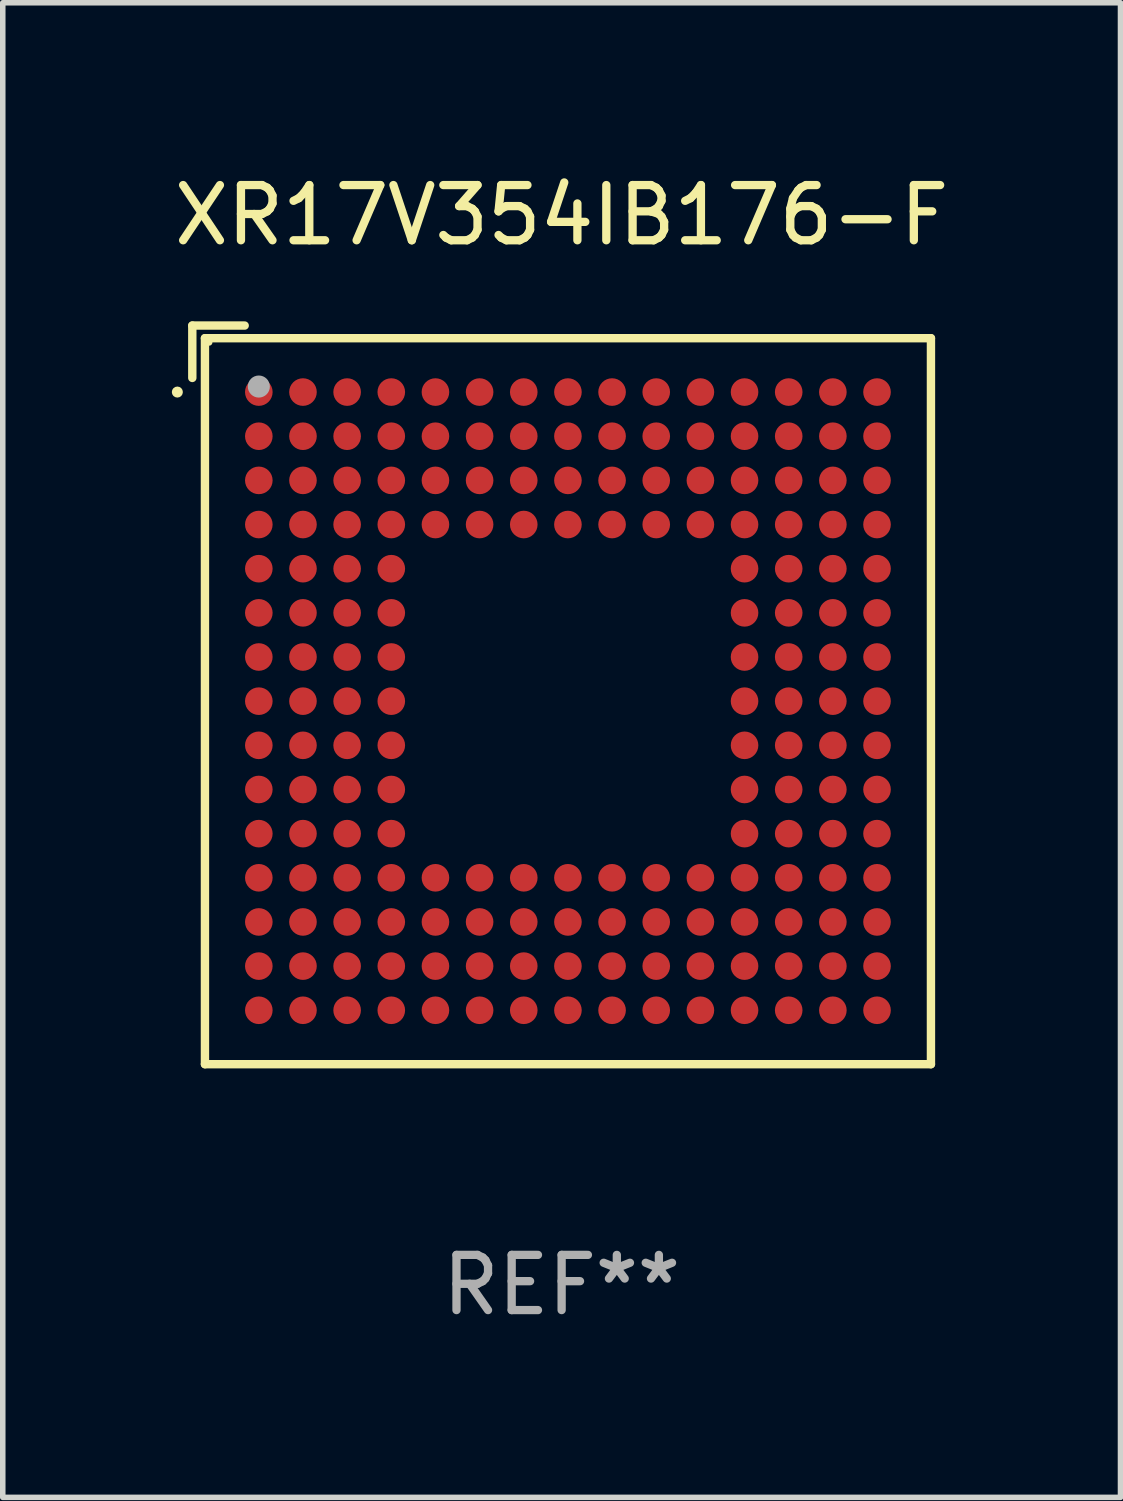
<source format=kicad_pcb>
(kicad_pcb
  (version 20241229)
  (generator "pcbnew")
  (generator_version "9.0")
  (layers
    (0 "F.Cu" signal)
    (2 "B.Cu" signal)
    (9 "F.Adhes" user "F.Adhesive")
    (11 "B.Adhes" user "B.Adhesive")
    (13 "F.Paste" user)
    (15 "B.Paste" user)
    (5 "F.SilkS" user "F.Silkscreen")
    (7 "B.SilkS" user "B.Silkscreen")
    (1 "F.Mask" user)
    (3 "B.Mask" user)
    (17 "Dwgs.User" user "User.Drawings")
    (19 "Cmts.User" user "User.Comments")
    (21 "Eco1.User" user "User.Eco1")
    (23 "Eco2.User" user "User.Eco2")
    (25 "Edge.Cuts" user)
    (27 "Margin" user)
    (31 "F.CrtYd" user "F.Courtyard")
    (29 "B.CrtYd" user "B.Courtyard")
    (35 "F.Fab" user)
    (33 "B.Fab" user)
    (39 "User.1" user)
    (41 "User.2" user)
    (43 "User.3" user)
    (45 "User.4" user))
  (footprint "XR17V354IB176-F"
    (layer "F.Cu")
    (at 7.125 9.539)
    (property "Reference" "XR17V354IB176-F" (at 0 -8.691 0) (layer "F.SilkS") (effects (font (size 1 1) (thickness 0.15))))
    (attr through_hole)
    (fp_line (start -6.691 -6.691) (end -5.742 -6.691) (stroke (width 0.152) (type solid)) (layer "F.SilkS"))
    (fp_line (start -6.691 -5.742) (end -6.691 -6.691) (stroke (width 0.152) (type solid)) (layer "F.SilkS"))
    (fp_line (start -6.462 -6.462) (end 6.691 -6.462) (stroke (width 0.152) (type solid)) (layer "F.SilkS"))
    (fp_line (start -6.462 6.691) (end -6.462 -6.462) (stroke (width 0.152) (type solid)) (layer "F.SilkS"))
    (fp_line (start 6.691 -6.462) (end 6.691 6.691) (stroke (width 0.152) (type solid)) (layer "F.SilkS"))
    (fp_line (start 6.691 6.691) (end -6.462 6.691) (stroke (width 0.152) (type solid)) (layer "F.SilkS"))
    (fp_circle (center -6.962 -5.486) (end -6.912 -5.486) (stroke (width 0.1) (type solid)) (fill no) (layer "F.SilkS"))
    (fp_circle (center -6.386 -6.386) (end -6.356 -6.386) (stroke (width 0.06) (type solid)) (fill no) (layer "F.SilkS"))
    (fp_circle (center -5.486 -5.586) (end -5.386 -5.586) (stroke (width 0.2) (type solid)) (fill no) (layer "F.Fab"))
    (fp_text user "REF**" (at 0 10.691 0) (layer "F.Fab") (effects (font (size 1 1) (thickness 0.15))))
    (pad "A1" smd circle (at -5.486 -5.486) (size 0.5 0.5) (layers "F.Cu" "F.Mask" "F.Paste"))
    (pad "A2" smd circle (at -4.686 -5.486) (size 0.5 0.5) (layers "F.Cu" "F.Mask" "F.Paste"))
    (pad "A3" smd circle (at -3.886 -5.486) (size 0.5 0.5) (layers "F.Cu" "F.Mask" "F.Paste"))
    (pad "A4" smd circle (at -3.086 -5.486) (size 0.5 0.5) (layers "F.Cu" "F.Mask" "F.Paste"))
    (pad "A5" smd circle (at -2.286 -5.486) (size 0.5 0.5) (layers "F.Cu" "F.Mask" "F.Paste"))
    (pad "A6" smd circle (at -1.486 -5.486) (size 0.5 0.5) (layers "F.Cu" "F.Mask" "F.Paste"))
    (pad "A7" smd circle (at -0.686 -5.486) (size 0.5 0.5) (layers "F.Cu" "F.Mask" "F.Paste"))
    (pad "A8" smd circle (at 0.114 -5.486) (size 0.5 0.5) (layers "F.Cu" "F.Mask" "F.Paste"))
    (pad "A9" smd circle (at 0.914 -5.486) (size 0.5 0.5) (layers "F.Cu" "F.Mask" "F.Paste"))
    (pad "A10" smd circle (at 1.714 -5.486) (size 0.5 0.5) (layers "F.Cu" "F.Mask" "F.Paste"))
    (pad "A11" smd circle (at 2.514 -5.486) (size 0.5 0.5) (layers "F.Cu" "F.Mask" "F.Paste"))
    (pad "A12" smd circle (at 3.314 -5.486) (size 0.5 0.5) (layers "F.Cu" "F.Mask" "F.Paste"))
    (pad "A13" smd circle (at 4.114 -5.486) (size 0.5 0.5) (layers "F.Cu" "F.Mask" "F.Paste"))
    (pad "A14" smd circle (at 4.914 -5.486) (size 0.5 0.5) (layers "F.Cu" "F.Mask" "F.Paste"))
    (pad "A15" smd circle (at 5.714 -5.486) (size 0.5 0.5) (layers "F.Cu" "F.Mask" "F.Paste"))
    (pad "B1" smd circle (at -5.486 -4.686) (size 0.5 0.5) (layers "F.Cu" "F.Mask" "F.Paste"))
    (pad "B2" smd circle (at -4.686 -4.686) (size 0.5 0.5) (layers "F.Cu" "F.Mask" "F.Paste"))
    (pad "B3" smd circle (at -3.886 -4.686) (size 0.5 0.5) (layers "F.Cu" "F.Mask" "F.Paste"))
    (pad "B4" smd circle (at -3.086 -4.686) (size 0.5 0.5) (layers "F.Cu" "F.Mask" "F.Paste"))
    (pad "B5" smd circle (at -2.286 -4.686) (size 0.5 0.5) (layers "F.Cu" "F.Mask" "F.Paste"))
    (pad "B6" smd circle (at -1.486 -4.686) (size 0.5 0.5) (layers "F.Cu" "F.Mask" "F.Paste"))
    (pad "B7" smd circle (at -0.686 -4.686) (size 0.5 0.5) (layers "F.Cu" "F.Mask" "F.Paste"))
    (pad "B8" smd circle (at 0.114 -4.686) (size 0.5 0.5) (layers "F.Cu" "F.Mask" "F.Paste"))
    (pad "B9" smd circle (at 0.914 -4.686) (size 0.5 0.5) (layers "F.Cu" "F.Mask" "F.Paste"))
    (pad "B10" smd circle (at 1.714 -4.686) (size 0.5 0.5) (layers "F.Cu" "F.Mask" "F.Paste"))
    (pad "B11" smd circle (at 2.514 -4.686) (size 0.5 0.5) (layers "F.Cu" "F.Mask" "F.Paste"))
    (pad "B12" smd circle (at 3.314 -4.686) (size 0.5 0.5) (layers "F.Cu" "F.Mask" "F.Paste"))
    (pad "B13" smd circle (at 4.114 -4.686) (size 0.5 0.5) (layers "F.Cu" "F.Mask" "F.Paste"))
    (pad "B14" smd circle (at 4.914 -4.686) (size 0.5 0.5) (layers "F.Cu" "F.Mask" "F.Paste"))
    (pad "B15" smd circle (at 5.714 -4.686) (size 0.5 0.5) (layers "F.Cu" "F.Mask" "F.Paste"))
    (pad "C1" smd circle (at -5.486 -3.886) (size 0.5 0.5) (layers "F.Cu" "F.Mask" "F.Paste"))
    (pad "C2" smd circle (at -4.686 -3.886) (size 0.5 0.5) (layers "F.Cu" "F.Mask" "F.Paste"))
    (pad "C3" smd circle (at -3.886 -3.886) (size 0.5 0.5) (layers "F.Cu" "F.Mask" "F.Paste"))
    (pad "C4" smd circle (at -3.086 -3.886) (size 0.5 0.5) (layers "F.Cu" "F.Mask" "F.Paste"))
    (pad "C5" smd circle (at -2.286 -3.886) (size 0.5 0.5) (layers "F.Cu" "F.Mask" "F.Paste"))
    (pad "C6" smd circle (at -1.486 -3.886) (size 0.5 0.5) (layers "F.Cu" "F.Mask" "F.Paste"))
    (pad "C7" smd circle (at -0.686 -3.886) (size 0.5 0.5) (layers "F.Cu" "F.Mask" "F.Paste"))
    (pad "C8" smd circle (at 0.114 -3.886) (size 0.5 0.5) (layers "F.Cu" "F.Mask" "F.Paste"))
    (pad "C9" smd circle (at 0.914 -3.886) (size 0.5 0.5) (layers "F.Cu" "F.Mask" "F.Paste"))
    (pad "C10" smd circle (at 1.714 -3.886) (size 0.5 0.5) (layers "F.Cu" "F.Mask" "F.Paste"))
    (pad "C11" smd circle (at 2.514 -3.886) (size 0.5 0.5) (layers "F.Cu" "F.Mask" "F.Paste"))
    (pad "C12" smd circle (at 3.314 -3.886) (size 0.5 0.5) (layers "F.Cu" "F.Mask" "F.Paste"))
    (pad "C13" smd circle (at 4.114 -3.886) (size 0.5 0.5) (layers "F.Cu" "F.Mask" "F.Paste"))
    (pad "C14" smd circle (at 4.914 -3.886) (size 0.5 0.5) (layers "F.Cu" "F.Mask" "F.Paste"))
    (pad "C15" smd circle (at 5.714 -3.886) (size 0.5 0.5) (layers "F.Cu" "F.Mask" "F.Paste"))
    (pad "D1" smd circle (at -5.486 -3.086) (size 0.5 0.5) (layers "F.Cu" "F.Mask" "F.Paste"))
    (pad "D2" smd circle (at -4.686 -3.086) (size 0.5 0.5) (layers "F.Cu" "F.Mask" "F.Paste"))
    (pad "D3" smd circle (at -3.886 -3.086) (size 0.5 0.5) (layers "F.Cu" "F.Mask" "F.Paste"))
    (pad "D4" smd circle (at -3.086 -3.086) (size 0.5 0.5) (layers "F.Cu" "F.Mask" "F.Paste"))
    (pad "D5" smd circle (at -2.286 -3.086) (size 0.5 0.5) (layers "F.Cu" "F.Mask" "F.Paste"))
    (pad "D6" smd circle (at -1.486 -3.086) (size 0.5 0.5) (layers "F.Cu" "F.Mask" "F.Paste"))
    (pad "D7" smd circle (at -0.686 -3.086) (size 0.5 0.5) (layers "F.Cu" "F.Mask" "F.Paste"))
    (pad "D8" smd circle (at 0.114 -3.086) (size 0.5 0.5) (layers "F.Cu" "F.Mask" "F.Paste"))
    (pad "D9" smd circle (at 0.914 -3.086) (size 0.5 0.5) (layers "F.Cu" "F.Mask" "F.Paste"))
    (pad "D10" smd circle (at 1.714 -3.086) (size 0.5 0.5) (layers "F.Cu" "F.Mask" "F.Paste"))
    (pad "D11" smd circle (at 2.514 -3.086) (size 0.5 0.5) (layers "F.Cu" "F.Mask" "F.Paste"))
    (pad "D12" smd circle (at 3.314 -3.086) (size 0.5 0.5) (layers "F.Cu" "F.Mask" "F.Paste"))
    (pad "D13" smd circle (at 4.114 -3.086) (size 0.5 0.5) (layers "F.Cu" "F.Mask" "F.Paste"))
    (pad "D14" smd circle (at 4.914 -3.086) (size 0.5 0.5) (layers "F.Cu" "F.Mask" "F.Paste"))
    (pad "D15" smd circle (at 5.714 -3.086) (size 0.5 0.5) (layers "F.Cu" "F.Mask" "F.Paste"))
    (pad "E1" smd circle (at -5.486 -2.286) (size 0.5 0.5) (layers "F.Cu" "F.Mask" "F.Paste"))
    (pad "E2" smd circle (at -4.686 -2.286) (size 0.5 0.5) (layers "F.Cu" "F.Mask" "F.Paste"))
    (pad "E3" smd circle (at -3.886 -2.286) (size 0.5 0.5) (layers "F.Cu" "F.Mask" "F.Paste"))
    (pad "E4" smd circle (at -3.086 -2.286) (size 0.5 0.5) (layers "F.Cu" "F.Mask" "F.Paste"))
    (pad "E12" smd circle (at 3.314 -2.286) (size 0.5 0.5) (layers "F.Cu" "F.Mask" "F.Paste"))
    (pad "E13" smd circle (at 4.114 -2.286) (size 0.5 0.5) (layers "F.Cu" "F.Mask" "F.Paste"))
    (pad "E14" smd circle (at 4.914 -2.286) (size 0.5 0.5) (layers "F.Cu" "F.Mask" "F.Paste"))
    (pad "E15" smd circle (at 5.714 -2.286) (size 0.5 0.5) (layers "F.Cu" "F.Mask" "F.Paste"))
    (pad "F1" smd circle (at -5.486 -1.486) (size 0.5 0.5) (layers "F.Cu" "F.Mask" "F.Paste"))
    (pad "F2" smd circle (at -4.686 -1.486) (size 0.5 0.5) (layers "F.Cu" "F.Mask" "F.Paste"))
    (pad "F3" smd circle (at -3.886 -1.486) (size 0.5 0.5) (layers "F.Cu" "F.Mask" "F.Paste"))
    (pad "F4" smd circle (at -3.086 -1.486) (size 0.5 0.5) (layers "F.Cu" "F.Mask" "F.Paste"))
    (pad "F12" smd circle (at 3.314 -1.486) (size 0.5 0.5) (layers "F.Cu" "F.Mask" "F.Paste"))
    (pad "F13" smd circle (at 4.114 -1.486) (size 0.5 0.5) (layers "F.Cu" "F.Mask" "F.Paste"))
    (pad "F14" smd circle (at 4.914 -1.486) (size 0.5 0.5) (layers "F.Cu" "F.Mask" "F.Paste"))
    (pad "F15" smd circle (at 5.714 -1.486) (size 0.5 0.5) (layers "F.Cu" "F.Mask" "F.Paste"))
    (pad "G1" smd circle (at -5.486 -0.686) (size 0.5 0.5) (layers "F.Cu" "F.Mask" "F.Paste"))
    (pad "G2" smd circle (at -4.686 -0.686) (size 0.5 0.5) (layers "F.Cu" "F.Mask" "F.Paste"))
    (pad "G3" smd circle (at -3.886 -0.686) (size 0.5 0.5) (layers "F.Cu" "F.Mask" "F.Paste"))
    (pad "G4" smd circle (at -3.086 -0.686) (size 0.5 0.5) (layers "F.Cu" "F.Mask" "F.Paste"))
    (pad "G12" smd circle (at 3.314 -0.686) (size 0.5 0.5) (layers "F.Cu" "F.Mask" "F.Paste"))
    (pad "G13" smd circle (at 4.114 -0.686) (size 0.5 0.5) (layers "F.Cu" "F.Mask" "F.Paste"))
    (pad "G14" smd circle (at 4.914 -0.686) (size 0.5 0.5) (layers "F.Cu" "F.Mask" "F.Paste"))
    (pad "G15" smd circle (at 5.714 -0.686) (size 0.5 0.5) (layers "F.Cu" "F.Mask" "F.Paste"))
    (pad "H1" smd circle (at -5.486 0.114) (size 0.5 0.5) (layers "F.Cu" "F.Mask" "F.Paste"))
    (pad "H2" smd circle (at -4.686 0.114) (size 0.5 0.5) (layers "F.Cu" "F.Mask" "F.Paste"))
    (pad "H3" smd circle (at -3.886 0.114) (size 0.5 0.5) (layers "F.Cu" "F.Mask" "F.Paste"))
    (pad "H4" smd circle (at -3.086 0.114) (size 0.5 0.5) (layers "F.Cu" "F.Mask" "F.Paste"))
    (pad "H12" smd circle (at 3.314 0.114) (size 0.5 0.5) (layers "F.Cu" "F.Mask" "F.Paste"))
    (pad "H13" smd circle (at 4.114 0.114) (size 0.5 0.5) (layers "F.Cu" "F.Mask" "F.Paste"))
    (pad "H14" smd circle (at 4.914 0.114) (size 0.5 0.5) (layers "F.Cu" "F.Mask" "F.Paste"))
    (pad "H15" smd circle (at 5.714 0.114) (size 0.5 0.5) (layers "F.Cu" "F.Mask" "F.Paste"))
    (pad "J1" smd circle (at -5.486 0.914) (size 0.5 0.5) (layers "F.Cu" "F.Mask" "F.Paste"))
    (pad "J2" smd circle (at -4.686 0.914) (size 0.5 0.5) (layers "F.Cu" "F.Mask" "F.Paste"))
    (pad "J3" smd circle (at -3.886 0.914) (size 0.5 0.5) (layers "F.Cu" "F.Mask" "F.Paste"))
    (pad "J4" smd circle (at -3.086 0.914) (size 0.5 0.5) (layers "F.Cu" "F.Mask" "F.Paste"))
    (pad "J12" smd circle (at 3.314 0.914) (size 0.5 0.5) (layers "F.Cu" "F.Mask" "F.Paste"))
    (pad "J13" smd circle (at 4.114 0.914) (size 0.5 0.5) (layers "F.Cu" "F.Mask" "F.Paste"))
    (pad "J14" smd circle (at 4.914 0.914) (size 0.5 0.5) (layers "F.Cu" "F.Mask" "F.Paste"))
    (pad "J15" smd circle (at 5.714 0.914) (size 0.5 0.5) (layers "F.Cu" "F.Mask" "F.Paste"))
    (pad "K1" smd circle (at -5.486 1.714) (size 0.5 0.5) (layers "F.Cu" "F.Mask" "F.Paste"))
    (pad "K2" smd circle (at -4.686 1.714) (size 0.5 0.5) (layers "F.Cu" "F.Mask" "F.Paste"))
    (pad "K3" smd circle (at -3.886 1.714) (size 0.5 0.5) (layers "F.Cu" "F.Mask" "F.Paste"))
    (pad "K4" smd circle (at -3.086 1.714) (size 0.5 0.5) (layers "F.Cu" "F.Mask" "F.Paste"))
    (pad "K12" smd circle (at 3.314 1.714) (size 0.5 0.5) (layers "F.Cu" "F.Mask" "F.Paste"))
    (pad "K13" smd circle (at 4.114 1.714) (size 0.5 0.5) (layers "F.Cu" "F.Mask" "F.Paste"))
    (pad "K14" smd circle (at 4.914 1.714) (size 0.5 0.5) (layers "F.Cu" "F.Mask" "F.Paste"))
    (pad "K15" smd circle (at 5.714 1.714) (size 0.5 0.5) (layers "F.Cu" "F.Mask" "F.Paste"))
    (pad "L1" smd circle (at -5.486 2.514) (size 0.5 0.5) (layers "F.Cu" "F.Mask" "F.Paste"))
    (pad "L2" smd circle (at -4.686 2.514) (size 0.5 0.5) (layers "F.Cu" "F.Mask" "F.Paste"))
    (pad "L3" smd circle (at -3.886 2.514) (size 0.5 0.5) (layers "F.Cu" "F.Mask" "F.Paste"))
    (pad "L4" smd circle (at -3.086 2.514) (size 0.5 0.5) (layers "F.Cu" "F.Mask" "F.Paste"))
    (pad "L12" smd circle (at 3.314 2.514) (size 0.5 0.5) (layers "F.Cu" "F.Mask" "F.Paste"))
    (pad "L13" smd circle (at 4.114 2.514) (size 0.5 0.5) (layers "F.Cu" "F.Mask" "F.Paste"))
    (pad "L14" smd circle (at 4.914 2.514) (size 0.5 0.5) (layers "F.Cu" "F.Mask" "F.Paste"))
    (pad "L15" smd circle (at 5.714 2.514) (size 0.5 0.5) (layers "F.Cu" "F.Mask" "F.Paste"))
    (pad "M1" smd circle (at -5.486 3.314) (size 0.5 0.5) (layers "F.Cu" "F.Mask" "F.Paste"))
    (pad "M2" smd circle (at -4.686 3.314) (size 0.5 0.5) (layers "F.Cu" "F.Mask" "F.Paste"))
    (pad "M3" smd circle (at -3.886 3.314) (size 0.5 0.5) (layers "F.Cu" "F.Mask" "F.Paste"))
    (pad "M4" smd circle (at -3.086 3.314) (size 0.5 0.5) (layers "F.Cu" "F.Mask" "F.Paste"))
    (pad "M5" smd circle (at -2.286 3.314) (size 0.5 0.5) (layers "F.Cu" "F.Mask" "F.Paste"))
    (pad "M6" smd circle (at -1.486 3.314) (size 0.5 0.5) (layers "F.Cu" "F.Mask" "F.Paste"))
    (pad "M7" smd circle (at -0.686 3.314) (size 0.5 0.5) (layers "F.Cu" "F.Mask" "F.Paste"))
    (pad "M8" smd circle (at 0.114 3.314) (size 0.5 0.5) (layers "F.Cu" "F.Mask" "F.Paste"))
    (pad "M9" smd circle (at 0.914 3.314) (size 0.5 0.5) (layers "F.Cu" "F.Mask" "F.Paste"))
    (pad "M10" smd circle (at 1.714 3.314) (size 0.5 0.5) (layers "F.Cu" "F.Mask" "F.Paste"))
    (pad "M11" smd circle (at 2.514 3.314) (size 0.5 0.5) (layers "F.Cu" "F.Mask" "F.Paste"))
    (pad "M12" smd circle (at 3.314 3.314) (size 0.5 0.5) (layers "F.Cu" "F.Mask" "F.Paste"))
    (pad "M13" smd circle (at 4.114 3.314) (size 0.5 0.5) (layers "F.Cu" "F.Mask" "F.Paste"))
    (pad "M14" smd circle (at 4.914 3.314) (size 0.5 0.5) (layers "F.Cu" "F.Mask" "F.Paste"))
    (pad "M15" smd circle (at 5.714 3.314) (size 0.5 0.5) (layers "F.Cu" "F.Mask" "F.Paste"))
    (pad "N1" smd circle (at -5.486 4.114) (size 0.5 0.5) (layers "F.Cu" "F.Mask" "F.Paste"))
    (pad "N2" smd circle (at -4.686 4.114) (size 0.5 0.5) (layers "F.Cu" "F.Mask" "F.Paste"))
    (pad "N3" smd circle (at -3.886 4.114) (size 0.5 0.5) (layers "F.Cu" "F.Mask" "F.Paste"))
    (pad "N4" smd circle (at -3.086 4.114) (size 0.5 0.5) (layers "F.Cu" "F.Mask" "F.Paste"))
    (pad "N5" smd circle (at -2.286 4.114) (size 0.5 0.5) (layers "F.Cu" "F.Mask" "F.Paste"))
    (pad "N6" smd circle (at -1.486 4.114) (size 0.5 0.5) (layers "F.Cu" "F.Mask" "F.Paste"))
    (pad "N7" smd circle (at -0.686 4.114) (size 0.5 0.5) (layers "F.Cu" "F.Mask" "F.Paste"))
    (pad "N8" smd circle (at 0.114 4.114) (size 0.5 0.5) (layers "F.Cu" "F.Mask" "F.Paste"))
    (pad "N9" smd circle (at 0.914 4.114) (size 0.5 0.5) (layers "F.Cu" "F.Mask" "F.Paste"))
    (pad "N10" smd circle (at 1.714 4.114) (size 0.5 0.5) (layers "F.Cu" "F.Mask" "F.Paste"))
    (pad "N11" smd circle (at 2.514 4.114) (size 0.5 0.5) (layers "F.Cu" "F.Mask" "F.Paste"))
    (pad "N12" smd circle (at 3.314 4.114) (size 0.5 0.5) (layers "F.Cu" "F.Mask" "F.Paste"))
    (pad "N13" smd circle (at 4.114 4.114) (size 0.5 0.5) (layers "F.Cu" "F.Mask" "F.Paste"))
    (pad "N14" smd circle (at 4.914 4.114) (size 0.5 0.5) (layers "F.Cu" "F.Mask" "F.Paste"))
    (pad "N15" smd circle (at 5.714 4.114) (size 0.5 0.5) (layers "F.Cu" "F.Mask" "F.Paste"))
    (pad "P1" smd circle (at -5.486 4.914) (size 0.5 0.5) (layers "F.Cu" "F.Mask" "F.Paste"))
    (pad "P2" smd circle (at -4.686 4.914) (size 0.5 0.5) (layers "F.Cu" "F.Mask" "F.Paste"))
    (pad "P3" smd circle (at -3.886 4.914) (size 0.5 0.5) (layers "F.Cu" "F.Mask" "F.Paste"))
    (pad "P4" smd circle (at -3.086 4.914) (size 0.5 0.5) (layers "F.Cu" "F.Mask" "F.Paste"))
    (pad "P5" smd circle (at -2.286 4.914) (size 0.5 0.5) (layers "F.Cu" "F.Mask" "F.Paste"))
    (pad "P6" smd circle (at -1.486 4.914) (size 0.5 0.5) (layers "F.Cu" "F.Mask" "F.Paste"))
    (pad "P7" smd circle (at -0.686 4.914) (size 0.5 0.5) (layers "F.Cu" "F.Mask" "F.Paste"))
    (pad "P8" smd circle (at 0.114 4.914) (size 0.5 0.5) (layers "F.Cu" "F.Mask" "F.Paste"))
    (pad "P9" smd circle (at 0.914 4.914) (size 0.5 0.5) (layers "F.Cu" "F.Mask" "F.Paste"))
    (pad "P10" smd circle (at 1.714 4.914) (size 0.5 0.5) (layers "F.Cu" "F.Mask" "F.Paste"))
    (pad "P11" smd circle (at 2.514 4.914) (size 0.5 0.5) (layers "F.Cu" "F.Mask" "F.Paste"))
    (pad "P12" smd circle (at 3.314 4.914) (size 0.5 0.5) (layers "F.Cu" "F.Mask" "F.Paste"))
    (pad "P13" smd circle (at 4.114 4.914) (size 0.5 0.5) (layers "F.Cu" "F.Mask" "F.Paste"))
    (pad "P14" smd circle (at 4.914 4.914) (size 0.5 0.5) (layers "F.Cu" "F.Mask" "F.Paste"))
    (pad "P15" smd circle (at 5.714 4.914) (size 0.5 0.5) (layers "F.Cu" "F.Mask" "F.Paste"))
    (pad "R1" smd circle (at -5.486 5.714) (size 0.5 0.5) (layers "F.Cu" "F.Mask" "F.Paste"))
    (pad "R2" smd circle (at -4.686 5.714) (size 0.5 0.5) (layers "F.Cu" "F.Mask" "F.Paste"))
    (pad "R3" smd circle (at -3.886 5.714) (size 0.5 0.5) (layers "F.Cu" "F.Mask" "F.Paste"))
    (pad "R4" smd circle (at -3.086 5.714) (size 0.5 0.5) (layers "F.Cu" "F.Mask" "F.Paste"))
    (pad "R5" smd circle (at -2.286 5.714) (size 0.5 0.5) (layers "F.Cu" "F.Mask" "F.Paste"))
    (pad "R6" smd circle (at -1.486 5.714) (size 0.5 0.5) (layers "F.Cu" "F.Mask" "F.Paste"))
    (pad "R7" smd circle (at -0.686 5.714) (size 0.5 0.5) (layers "F.Cu" "F.Mask" "F.Paste"))
    (pad "R8" smd circle (at 0.114 5.714) (size 0.5 0.5) (layers "F.Cu" "F.Mask" "F.Paste"))
    (pad "R9" smd circle (at 0.914 5.714) (size 0.5 0.5) (layers "F.Cu" "F.Mask" "F.Paste"))
    (pad "R10" smd circle (at 1.714 5.714) (size 0.5 0.5) (layers "F.Cu" "F.Mask" "F.Paste"))
    (pad "R11" smd circle (at 2.514 5.714) (size 0.5 0.5) (layers "F.Cu" "F.Mask" "F.Paste"))
    (pad "R12" smd circle (at 3.314 5.714) (size 0.5 0.5) (layers "F.Cu" "F.Mask" "F.Paste"))
    (pad "R13" smd circle (at 4.114 5.714) (size 0.5 0.5) (layers "F.Cu" "F.Mask" "F.Paste"))
    (pad "R14" smd circle (at 4.914 5.714) (size 0.5 0.5) (layers "F.Cu" "F.Mask" "F.Paste"))
    (pad "R15" smd circle (at 5.714 5.714) (size 0.5 0.5) (layers "F.Cu" "F.Mask" "F.Paste")))
  (gr_rect
    (start -3 -3)
    (end 17.25 24.078)
    (stroke (width 0.1) (type default))
    (fill no)
    (layer "Edge.Cuts")))
</source>
